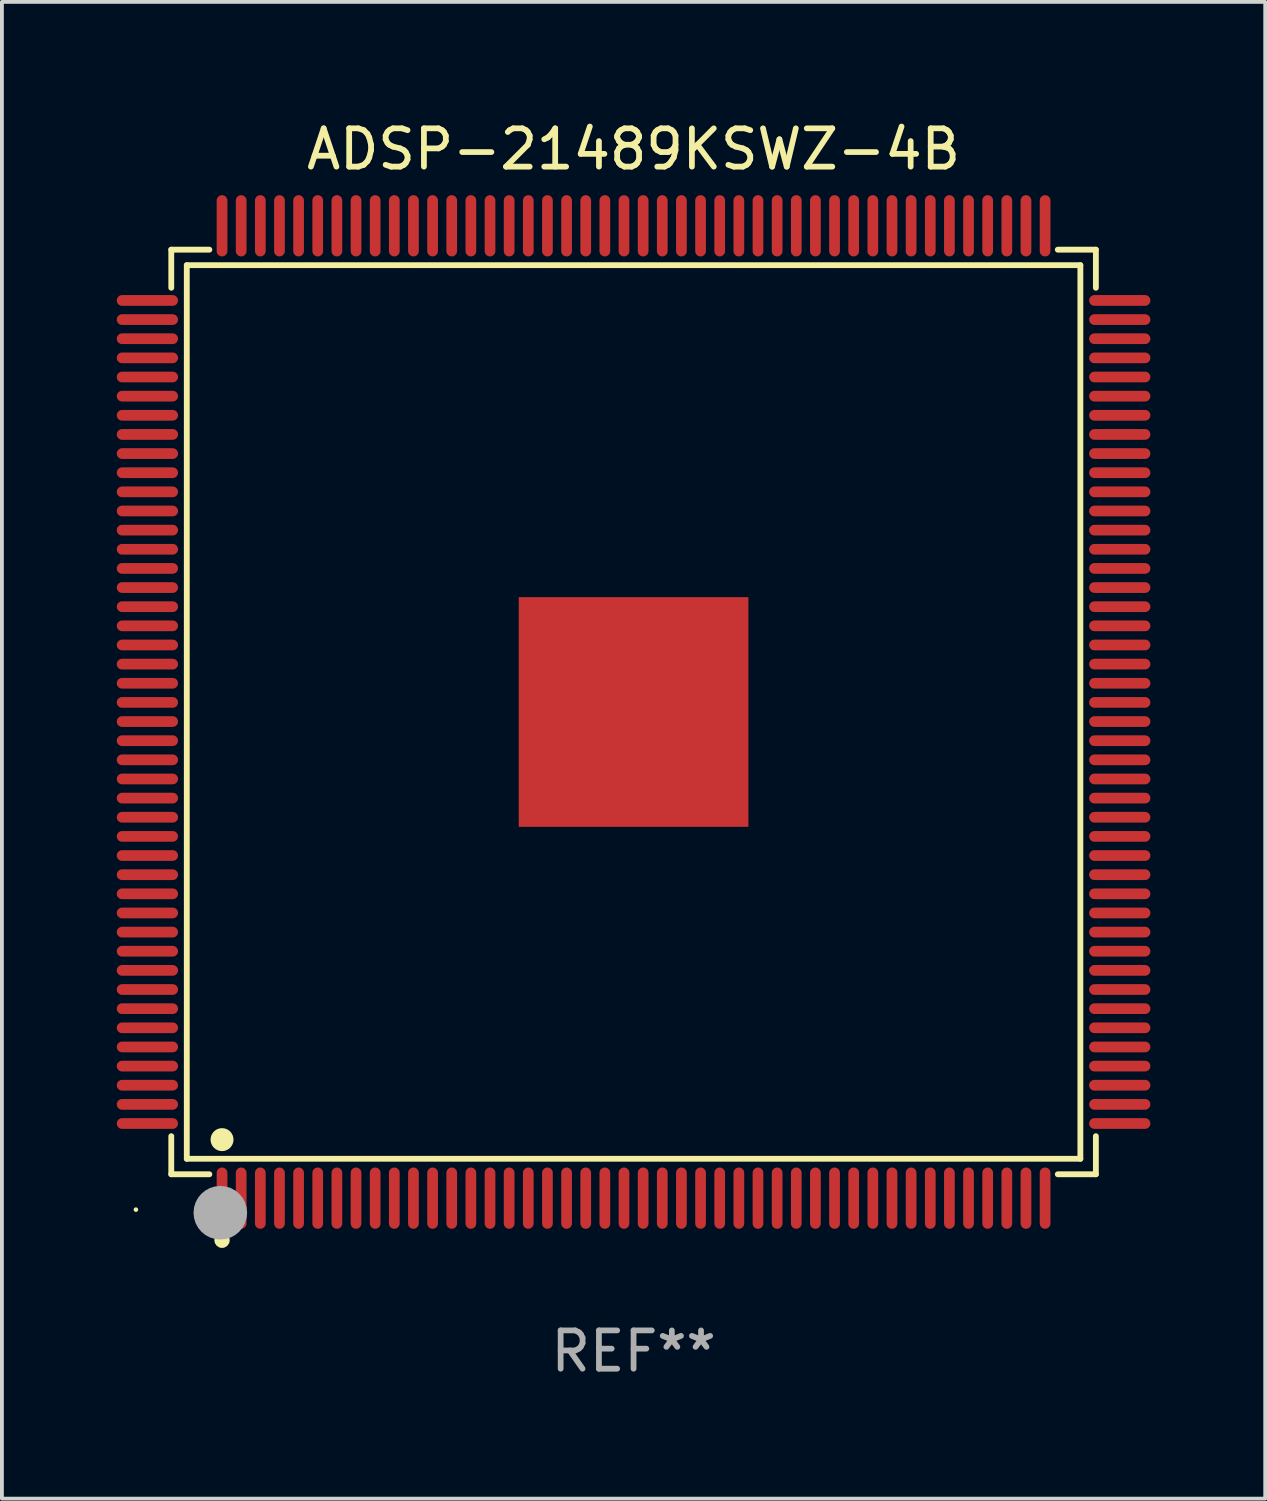
<source format=kicad_pcb>
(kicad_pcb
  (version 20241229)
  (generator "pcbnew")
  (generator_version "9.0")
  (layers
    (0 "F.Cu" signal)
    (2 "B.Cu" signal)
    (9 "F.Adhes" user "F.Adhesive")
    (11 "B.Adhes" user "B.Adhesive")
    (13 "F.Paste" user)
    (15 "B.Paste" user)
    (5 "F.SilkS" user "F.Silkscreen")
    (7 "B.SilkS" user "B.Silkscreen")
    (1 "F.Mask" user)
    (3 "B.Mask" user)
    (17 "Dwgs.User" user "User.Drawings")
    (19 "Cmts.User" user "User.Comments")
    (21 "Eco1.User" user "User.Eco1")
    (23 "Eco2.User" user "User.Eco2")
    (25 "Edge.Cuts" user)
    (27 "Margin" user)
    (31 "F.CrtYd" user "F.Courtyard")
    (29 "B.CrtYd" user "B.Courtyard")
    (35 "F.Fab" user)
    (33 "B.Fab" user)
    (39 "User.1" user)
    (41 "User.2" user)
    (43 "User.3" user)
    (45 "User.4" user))
  (footprint "ADSP-21489KSWZ-4B"
    (layer "F.Cu")
    (at 13.5 15.548)
    (property "Reference" "ADSP-21489KSWZ-4B" (at 0 -14.7 0) (layer "F.SilkS") (effects (font (size 1 1) (thickness 0.15))))
    (attr through_hole)
    (fp_line (start -12.076 -12.076) (end -11.081 -12.076) (stroke (width 0.152) (type solid)) (layer "F.SilkS"))
    (fp_line (start -12.076 -11.081) (end -12.076 -12.076) (stroke (width 0.152) (type solid)) (layer "F.SilkS"))
    (fp_line (start -12.076 11.081) (end -12.076 12.076) (stroke (width 0.152) (type solid)) (layer "F.SilkS"))
    (fp_line (start -12.076 12.076) (end -11.081 12.076) (stroke (width 0.152) (type solid)) (layer "F.SilkS"))
    (fp_line (start -11.671 -11.671) (end 11.671 -11.671) (stroke (width 0.152) (type solid)) (layer "F.SilkS"))
    (fp_line (start -11.671 11.671) (end -11.671 -11.671) (stroke (width 0.152) (type solid)) (layer "F.SilkS"))
    (fp_line (start 11.671 -11.671) (end 11.671 11.671) (stroke (width 0.152) (type solid)) (layer "F.SilkS"))
    (fp_line (start 11.671 11.671) (end -11.671 11.671) (stroke (width 0.152) (type solid)) (layer "F.SilkS"))
    (fp_line (start 12.076 -12.076) (end 11.081 -12.076) (stroke (width 0.152) (type solid)) (layer "F.SilkS"))
    (fp_line (start 12.076 -11.081) (end 12.076 -12.076) (stroke (width 0.152) (type solid)) (layer "F.SilkS"))
    (fp_line (start 12.076 11.081) (end 12.076 12.076) (stroke (width 0.152) (type solid)) (layer "F.SilkS"))
    (fp_line (start 12.076 12.076) (end 11.081 12.076) (stroke (width 0.152) (type solid)) (layer "F.SilkS"))
    (fp_circle (center -13 13) (end -12.97 13) (stroke (width 0.06) (type solid)) (fill no) (layer "F.SilkS"))
    (fp_circle (center -10.75 11.171) (end -10.6 11.171) (stroke (width 0.3) (type solid)) (fill no) (layer "F.SilkS"))
    (fp_circle (center -10.75 13.8) (end -10.65 13.8) (stroke (width 0.2) (type solid)) (fill no) (layer "F.SilkS"))
    (fp_circle (center -10.795 13.081) (end -10.445 13.081) (stroke (width 0.7) (type solid)) (fill no) (layer "F.Fab"))
    (fp_text user "REF**" (at 0 16.7 0) (layer "F.Fab") (effects (font (size 1 1) (thickness 0.15))))
    (pad "1" smd oval (at -10.75 12.7) (size 0.28 1.6) (layers "F.Cu" "F.Mask" "F.Paste"))
    (pad "2" smd oval (at -10.25 12.7) (size 0.28 1.6) (layers "F.Cu" "F.Mask" "F.Paste"))
    (pad "3" smd oval (at -9.75 12.7) (size 0.28 1.6) (layers "F.Cu" "F.Mask" "F.Paste"))
    (pad "4" smd oval (at -9.25 12.7) (size 0.28 1.6) (layers "F.Cu" "F.Mask" "F.Paste"))
    (pad "5" smd oval (at -8.75 12.7) (size 0.28 1.6) (layers "F.Cu" "F.Mask" "F.Paste"))
    (pad "6" smd oval (at -8.25 12.7) (size 0.28 1.6) (layers "F.Cu" "F.Mask" "F.Paste"))
    (pad "7" smd oval (at -7.75 12.7) (size 0.28 1.6) (layers "F.Cu" "F.Mask" "F.Paste"))
    (pad "8" smd oval (at -7.25 12.7) (size 0.28 1.6) (layers "F.Cu" "F.Mask" "F.Paste"))
    (pad "9" smd oval (at -6.75 12.7) (size 0.28 1.6) (layers "F.Cu" "F.Mask" "F.Paste"))
    (pad "10" smd oval (at -6.25 12.7) (size 0.28 1.6) (layers "F.Cu" "F.Mask" "F.Paste"))
    (pad "11" smd oval (at -5.75 12.7) (size 0.28 1.6) (layers "F.Cu" "F.Mask" "F.Paste"))
    (pad "12" smd oval (at -5.25 12.7) (size 0.28 1.6) (layers "F.Cu" "F.Mask" "F.Paste"))
    (pad "13" smd oval (at -4.75 12.7) (size 0.28 1.6) (layers "F.Cu" "F.Mask" "F.Paste"))
    (pad "14" smd oval (at -4.25 12.7) (size 0.28 1.6) (layers "F.Cu" "F.Mask" "F.Paste"))
    (pad "15" smd oval (at -3.75 12.7) (size 0.28 1.6) (layers "F.Cu" "F.Mask" "F.Paste"))
    (pad "16" smd oval (at -3.25 12.7) (size 0.28 1.6) (layers "F.Cu" "F.Mask" "F.Paste"))
    (pad "17" smd oval (at -2.75 12.7) (size 0.28 1.6) (layers "F.Cu" "F.Mask" "F.Paste"))
    (pad "18" smd oval (at -2.25 12.7) (size 0.28 1.6) (layers "F.Cu" "F.Mask" "F.Paste"))
    (pad "19" smd oval (at -1.75 12.7) (size 0.28 1.6) (layers "F.Cu" "F.Mask" "F.Paste"))
    (pad "20" smd oval (at -1.25 12.7) (size 0.28 1.6) (layers "F.Cu" "F.Mask" "F.Paste"))
    (pad "21" smd oval (at -0.75 12.7) (size 0.28 1.6) (layers "F.Cu" "F.Mask" "F.Paste"))
    (pad "22" smd oval (at -0.25 12.7) (size 0.28 1.6) (layers "F.Cu" "F.Mask" "F.Paste"))
    (pad "23" smd oval (at 0.25 12.7) (size 0.28 1.6) (layers "F.Cu" "F.Mask" "F.Paste"))
    (pad "24" smd oval (at 0.75 12.7) (size 0.28 1.6) (layers "F.Cu" "F.Mask" "F.Paste"))
    (pad "25" smd oval (at 1.25 12.7) (size 0.28 1.6) (layers "F.Cu" "F.Mask" "F.Paste"))
    (pad "26" smd oval (at 1.75 12.7) (size 0.28 1.6) (layers "F.Cu" "F.Mask" "F.Paste"))
    (pad "27" smd oval (at 2.25 12.7) (size 0.28 1.6) (layers "F.Cu" "F.Mask" "F.Paste"))
    (pad "28" smd oval (at 2.75 12.7) (size 0.28 1.6) (layers "F.Cu" "F.Mask" "F.Paste"))
    (pad "29" smd oval (at 3.25 12.7) (size 0.28 1.6) (layers "F.Cu" "F.Mask" "F.Paste"))
    (pad "30" smd oval (at 3.75 12.7) (size 0.28 1.6) (layers "F.Cu" "F.Mask" "F.Paste"))
    (pad "31" smd oval (at 4.25 12.7) (size 0.28 1.6) (layers "F.Cu" "F.Mask" "F.Paste"))
    (pad "32" smd oval (at 4.75 12.7) (size 0.28 1.6) (layers "F.Cu" "F.Mask" "F.Paste"))
    (pad "33" smd oval (at 5.25 12.7) (size 0.28 1.6) (layers "F.Cu" "F.Mask" "F.Paste"))
    (pad "34" smd oval (at 5.75 12.7) (size 0.28 1.6) (layers "F.Cu" "F.Mask" "F.Paste"))
    (pad "35" smd oval (at 6.25 12.7) (size 0.28 1.6) (layers "F.Cu" "F.Mask" "F.Paste"))
    (pad "36" smd oval (at 6.75 12.7) (size 0.28 1.6) (layers "F.Cu" "F.Mask" "F.Paste"))
    (pad "37" smd oval (at 7.25 12.7) (size 0.28 1.6) (layers "F.Cu" "F.Mask" "F.Paste"))
    (pad "38" smd oval (at 7.75 12.7) (size 0.28 1.6) (layers "F.Cu" "F.Mask" "F.Paste"))
    (pad "39" smd oval (at 8.25 12.7) (size 0.28 1.6) (layers "F.Cu" "F.Mask" "F.Paste"))
    (pad "40" smd oval (at 8.75 12.7) (size 0.28 1.6) (layers "F.Cu" "F.Mask" "F.Paste"))
    (pad "41" smd oval (at 9.25 12.7) (size 0.28 1.6) (layers "F.Cu" "F.Mask" "F.Paste"))
    (pad "42" smd oval (at 9.75 12.7) (size 0.28 1.6) (layers "F.Cu" "F.Mask" "F.Paste"))
    (pad "43" smd oval (at 10.25 12.7) (size 0.28 1.6) (layers "F.Cu" "F.Mask" "F.Paste"))
    (pad "44" smd oval (at 10.75 12.7) (size 0.28 1.6) (layers "F.Cu" "F.Mask" "F.Paste"))
    (pad "45" smd oval (at 12.7 10.75) (size 1.6 0.28) (layers "F.Cu" "F.Mask" "F.Paste"))
    (pad "46" smd oval (at 12.7 10.25) (size 1.6 0.28) (layers "F.Cu" "F.Mask" "F.Paste"))
    (pad "47" smd oval (at 12.7 9.75) (size 1.6 0.28) (layers "F.Cu" "F.Mask" "F.Paste"))
    (pad "48" smd oval (at 12.7 9.25) (size 1.6 0.28) (layers "F.Cu" "F.Mask" "F.Paste"))
    (pad "49" smd oval (at 12.7 8.75) (size 1.6 0.28) (layers "F.Cu" "F.Mask" "F.Paste"))
    (pad "50" smd oval (at 12.7 8.25) (size 1.6 0.28) (layers "F.Cu" "F.Mask" "F.Paste"))
    (pad "51" smd oval (at 12.7 7.75) (size 1.6 0.28) (layers "F.Cu" "F.Mask" "F.Paste"))
    (pad "52" smd oval (at 12.7 7.25) (size 1.6 0.28) (layers "F.Cu" "F.Mask" "F.Paste"))
    (pad "53" smd oval (at 12.7 6.75) (size 1.6 0.28) (layers "F.Cu" "F.Mask" "F.Paste"))
    (pad "54" smd oval (at 12.7 6.25) (size 1.6 0.28) (layers "F.Cu" "F.Mask" "F.Paste"))
    (pad "55" smd oval (at 12.7 5.75) (size 1.6 0.28) (layers "F.Cu" "F.Mask" "F.Paste"))
    (pad "56" smd oval (at 12.7 5.25) (size 1.6 0.28) (layers "F.Cu" "F.Mask" "F.Paste"))
    (pad "57" smd oval (at 12.7 4.75) (size 1.6 0.28) (layers "F.Cu" "F.Mask" "F.Paste"))
    (pad "58" smd oval (at 12.7 4.25) (size 1.6 0.28) (layers "F.Cu" "F.Mask" "F.Paste"))
    (pad "59" smd oval (at 12.7 3.75) (size 1.6 0.28) (layers "F.Cu" "F.Mask" "F.Paste"))
    (pad "60" smd oval (at 12.7 3.25) (size 1.6 0.28) (layers "F.Cu" "F.Mask" "F.Paste"))
    (pad "61" smd oval (at 12.7 2.75) (size 1.6 0.28) (layers "F.Cu" "F.Mask" "F.Paste"))
    (pad "62" smd oval (at 12.7 2.25) (size 1.6 0.28) (layers "F.Cu" "F.Mask" "F.Paste"))
    (pad "63" smd oval (at 12.7 1.75) (size 1.6 0.28) (layers "F.Cu" "F.Mask" "F.Paste"))
    (pad "64" smd oval (at 12.7 1.25) (size 1.6 0.28) (layers "F.Cu" "F.Mask" "F.Paste"))
    (pad "65" smd oval (at 12.7 0.75) (size 1.6 0.28) (layers "F.Cu" "F.Mask" "F.Paste"))
    (pad "66" smd oval (at 12.7 0.25) (size 1.6 0.28) (layers "F.Cu" "F.Mask" "F.Paste"))
    (pad "67" smd oval (at 12.7 -0.25) (size 1.6 0.28) (layers "F.Cu" "F.Mask" "F.Paste"))
    (pad "68" smd oval (at 12.7 -0.75) (size 1.6 0.28) (layers "F.Cu" "F.Mask" "F.Paste"))
    (pad "69" smd oval (at 12.7 -1.25) (size 1.6 0.28) (layers "F.Cu" "F.Mask" "F.Paste"))
    (pad "70" smd oval (at 12.7 -1.75) (size 1.6 0.28) (layers "F.Cu" "F.Mask" "F.Paste"))
    (pad "71" smd oval (at 12.7 -2.25) (size 1.6 0.28) (layers "F.Cu" "F.Mask" "F.Paste"))
    (pad "72" smd oval (at 12.7 -2.75) (size 1.6 0.28) (layers "F.Cu" "F.Mask" "F.Paste"))
    (pad "73" smd oval (at 12.7 -3.25) (size 1.6 0.28) (layers "F.Cu" "F.Mask" "F.Paste"))
    (pad "74" smd oval (at 12.7 -3.75) (size 1.6 0.28) (layers "F.Cu" "F.Mask" "F.Paste"))
    (pad "75" smd oval (at 12.7 -4.25) (size 1.6 0.28) (layers "F.Cu" "F.Mask" "F.Paste"))
    (pad "76" smd oval (at 12.7 -4.75) (size 1.6 0.28) (layers "F.Cu" "F.Mask" "F.Paste"))
    (pad "77" smd oval (at 12.7 -5.25) (size 1.6 0.28) (layers "F.Cu" "F.Mask" "F.Paste"))
    (pad "78" smd oval (at 12.7 -5.75) (size 1.6 0.28) (layers "F.Cu" "F.Mask" "F.Paste"))
    (pad "79" smd oval (at 12.7 -6.25) (size 1.6 0.28) (layers "F.Cu" "F.Mask" "F.Paste"))
    (pad "80" smd oval (at 12.7 -6.75) (size 1.6 0.28) (layers "F.Cu" "F.Mask" "F.Paste"))
    (pad "81" smd oval (at 12.7 -7.25) (size 1.6 0.28) (layers "F.Cu" "F.Mask" "F.Paste"))
    (pad "82" smd oval (at 12.7 -7.75) (size 1.6 0.28) (layers "F.Cu" "F.Mask" "F.Paste"))
    (pad "83" smd oval (at 12.7 -8.25) (size 1.6 0.28) (layers "F.Cu" "F.Mask" "F.Paste"))
    (pad "84" smd oval (at 12.7 -8.75) (size 1.6 0.28) (layers "F.Cu" "F.Mask" "F.Paste"))
    (pad "85" smd oval (at 12.7 -9.25) (size 1.6 0.28) (layers "F.Cu" "F.Mask" "F.Paste"))
    (pad "86" smd oval (at 12.7 -9.75) (size 1.6 0.28) (layers "F.Cu" "F.Mask" "F.Paste"))
    (pad "87" smd oval (at 12.7 -10.25) (size 1.6 0.28) (layers "F.Cu" "F.Mask" "F.Paste"))
    (pad "88" smd oval (at 12.7 -10.75) (size 1.6 0.28) (layers "F.Cu" "F.Mask" "F.Paste"))
    (pad "89" smd oval (at 10.75 -12.7) (size 0.28 1.6) (layers "F.Cu" "F.Mask" "F.Paste"))
    (pad "90" smd oval (at 10.25 -12.7) (size 0.28 1.6) (layers "F.Cu" "F.Mask" "F.Paste"))
    (pad "91" smd oval (at 9.75 -12.7) (size 0.28 1.6) (layers "F.Cu" "F.Mask" "F.Paste"))
    (pad "92" smd oval (at 9.25 -12.7) (size 0.28 1.6) (layers "F.Cu" "F.Mask" "F.Paste"))
    (pad "93" smd oval (at 8.75 -12.7) (size 0.28 1.6) (layers "F.Cu" "F.Mask" "F.Paste"))
    (pad "94" smd oval (at 8.25 -12.7) (size 0.28 1.6) (layers "F.Cu" "F.Mask" "F.Paste"))
    (pad "95" smd oval (at 7.75 -12.7) (size 0.28 1.6) (layers "F.Cu" "F.Mask" "F.Paste"))
    (pad "96" smd oval (at 7.25 -12.7) (size 0.28 1.6) (layers "F.Cu" "F.Mask" "F.Paste"))
    (pad "97" smd oval (at 6.75 -12.7) (size 0.28 1.6) (layers "F.Cu" "F.Mask" "F.Paste"))
    (pad "98" smd oval (at 6.25 -12.7) (size 0.28 1.6) (layers "F.Cu" "F.Mask" "F.Paste"))
    (pad "99" smd oval (at 5.75 -12.7) (size 0.28 1.6) (layers "F.Cu" "F.Mask" "F.Paste"))
    (pad "100" smd oval (at 5.25 -12.7) (size 0.28 1.6) (layers "F.Cu" "F.Mask" "F.Paste"))
    (pad "101" smd oval (at 4.75 -12.7) (size 0.28 1.6) (layers "F.Cu" "F.Mask" "F.Paste"))
    (pad "102" smd oval (at 4.25 -12.7) (size 0.28 1.6) (layers "F.Cu" "F.Mask" "F.Paste"))
    (pad "103" smd oval (at 3.75 -12.7) (size 0.28 1.6) (layers "F.Cu" "F.Mask" "F.Paste"))
    (pad "104" smd oval (at 3.25 -12.7) (size 0.28 1.6) (layers "F.Cu" "F.Mask" "F.Paste"))
    (pad "105" smd oval (at 2.75 -12.7) (size 0.28 1.6) (layers "F.Cu" "F.Mask" "F.Paste"))
    (pad "106" smd oval (at 2.25 -12.7) (size 0.28 1.6) (layers "F.Cu" "F.Mask" "F.Paste"))
    (pad "107" smd oval (at 1.75 -12.7) (size 0.28 1.6) (layers "F.Cu" "F.Mask" "F.Paste"))
    (pad "108" smd oval (at 1.25 -12.7) (size 0.28 1.6) (layers "F.Cu" "F.Mask" "F.Paste"))
    (pad "109" smd oval (at 0.75 -12.7) (size 0.28 1.6) (layers "F.Cu" "F.Mask" "F.Paste"))
    (pad "110" smd oval (at 0.25 -12.7) (size 0.28 1.6) (layers "F.Cu" "F.Mask" "F.Paste"))
    (pad "111" smd oval (at -0.25 -12.7) (size 0.28 1.6) (layers "F.Cu" "F.Mask" "F.Paste"))
    (pad "112" smd oval (at -0.75 -12.7) (size 0.28 1.6) (layers "F.Cu" "F.Mask" "F.Paste"))
    (pad "113" smd oval (at -1.25 -12.7) (size 0.28 1.6) (layers "F.Cu" "F.Mask" "F.Paste"))
    (pad "114" smd oval (at -1.75 -12.7) (size 0.28 1.6) (layers "F.Cu" "F.Mask" "F.Paste"))
    (pad "115" smd oval (at -2.25 -12.7) (size 0.28 1.6) (layers "F.Cu" "F.Mask" "F.Paste"))
    (pad "116" smd oval (at -2.75 -12.7) (size 0.28 1.6) (layers "F.Cu" "F.Mask" "F.Paste"))
    (pad "117" smd oval (at -3.25 -12.7) (size 0.28 1.6) (layers "F.Cu" "F.Mask" "F.Paste"))
    (pad "118" smd oval (at -3.75 -12.7) (size 0.28 1.6) (layers "F.Cu" "F.Mask" "F.Paste"))
    (pad "119" smd oval (at -4.25 -12.7) (size 0.28 1.6) (layers "F.Cu" "F.Mask" "F.Paste"))
    (pad "120" smd oval (at -4.75 -12.7) (size 0.28 1.6) (layers "F.Cu" "F.Mask" "F.Paste"))
    (pad "121" smd oval (at -5.25 -12.7) (size 0.28 1.6) (layers "F.Cu" "F.Mask" "F.Paste"))
    (pad "122" smd oval (at -5.75 -12.7) (size 0.28 1.6) (layers "F.Cu" "F.Mask" "F.Paste"))
    (pad "123" smd oval (at -6.25 -12.7) (size 0.28 1.6) (layers "F.Cu" "F.Mask" "F.Paste"))
    (pad "124" smd oval (at -6.75 -12.7) (size 0.28 1.6) (layers "F.Cu" "F.Mask" "F.Paste"))
    (pad "125" smd oval (at -7.25 -12.7) (size 0.28 1.6) (layers "F.Cu" "F.Mask" "F.Paste"))
    (pad "126" smd oval (at -7.75 -12.7) (size 0.28 1.6) (layers "F.Cu" "F.Mask" "F.Paste"))
    (pad "127" smd oval (at -8.25 -12.7) (size 0.28 1.6) (layers "F.Cu" "F.Mask" "F.Paste"))
    (pad "128" smd oval (at -8.75 -12.7) (size 0.28 1.6) (layers "F.Cu" "F.Mask" "F.Paste"))
    (pad "129" smd oval (at -9.25 -12.7) (size 0.28 1.6) (layers "F.Cu" "F.Mask" "F.Paste"))
    (pad "130" smd oval (at -9.75 -12.7) (size 0.28 1.6) (layers "F.Cu" "F.Mask" "F.Paste"))
    (pad "131" smd oval (at -10.25 -12.7) (size 0.28 1.6) (layers "F.Cu" "F.Mask" "F.Paste"))
    (pad "132" smd oval (at -10.75 -12.7) (size 0.28 1.6) (layers "F.Cu" "F.Mask" "F.Paste"))
    (pad "133" smd oval (at -12.7 -10.75) (size 1.6 0.28) (layers "F.Cu" "F.Mask" "F.Paste"))
    (pad "134" smd oval (at -12.7 -10.25) (size 1.6 0.28) (layers "F.Cu" "F.Mask" "F.Paste"))
    (pad "135" smd oval (at -12.7 -9.75) (size 1.6 0.28) (layers "F.Cu" "F.Mask" "F.Paste"))
    (pad "136" smd oval (at -12.7 -9.25) (size 1.6 0.28) (layers "F.Cu" "F.Mask" "F.Paste"))
    (pad "137" smd oval (at -12.7 -8.75) (size 1.6 0.28) (layers "F.Cu" "F.Mask" "F.Paste"))
    (pad "138" smd oval (at -12.7 -8.25) (size 1.6 0.28) (layers "F.Cu" "F.Mask" "F.Paste"))
    (pad "139" smd oval (at -12.7 -7.75) (size 1.6 0.28) (layers "F.Cu" "F.Mask" "F.Paste"))
    (pad "140" smd oval (at -12.7 -7.25) (size 1.6 0.28) (layers "F.Cu" "F.Mask" "F.Paste"))
    (pad "141" smd oval (at -12.7 -6.75) (size 1.6 0.28) (layers "F.Cu" "F.Mask" "F.Paste"))
    (pad "142" smd oval (at -12.7 -6.25) (size 1.6 0.28) (layers "F.Cu" "F.Mask" "F.Paste"))
    (pad "143" smd oval (at -12.7 -5.75) (size 1.6 0.28) (layers "F.Cu" "F.Mask" "F.Paste"))
    (pad "144" smd oval (at -12.7 -5.25) (size 1.6 0.28) (layers "F.Cu" "F.Mask" "F.Paste"))
    (pad "145" smd oval (at -12.7 -4.75) (size 1.6 0.28) (layers "F.Cu" "F.Mask" "F.Paste"))
    (pad "146" smd oval (at -12.7 -4.25) (size 1.6 0.28) (layers "F.Cu" "F.Mask" "F.Paste"))
    (pad "147" smd oval (at -12.7 -3.75) (size 1.6 0.28) (layers "F.Cu" "F.Mask" "F.Paste"))
    (pad "148" smd oval (at -12.7 -3.25) (size 1.6 0.28) (layers "F.Cu" "F.Mask" "F.Paste"))
    (pad "149" smd oval (at -12.7 -2.75) (size 1.6 0.28) (layers "F.Cu" "F.Mask" "F.Paste"))
    (pad "150" smd oval (at -12.7 -2.25) (size 1.6 0.28) (layers "F.Cu" "F.Mask" "F.Paste"))
    (pad "151" smd oval (at -12.7 -1.75) (size 1.6 0.28) (layers "F.Cu" "F.Mask" "F.Paste"))
    (pad "152" smd oval (at -12.7 -1.25) (size 1.6 0.28) (layers "F.Cu" "F.Mask" "F.Paste"))
    (pad "153" smd oval (at -12.7 -0.75) (size 1.6 0.28) (layers "F.Cu" "F.Mask" "F.Paste"))
    (pad "154" smd oval (at -12.7 -0.25) (size 1.6 0.28) (layers "F.Cu" "F.Mask" "F.Paste"))
    (pad "155" smd oval (at -12.7 0.25) (size 1.6 0.28) (layers "F.Cu" "F.Mask" "F.Paste"))
    (pad "156" smd oval (at -12.7 0.75) (size 1.6 0.28) (layers "F.Cu" "F.Mask" "F.Paste"))
    (pad "157" smd oval (at -12.7 1.25) (size 1.6 0.28) (layers "F.Cu" "F.Mask" "F.Paste"))
    (pad "158" smd oval (at -12.7 1.75) (size 1.6 0.28) (layers "F.Cu" "F.Mask" "F.Paste"))
    (pad "159" smd oval (at -12.7 2.25) (size 1.6 0.28) (layers "F.Cu" "F.Mask" "F.Paste"))
    (pad "160" smd oval (at -12.7 2.75) (size 1.6 0.28) (layers "F.Cu" "F.Mask" "F.Paste"))
    (pad "161" smd oval (at -12.7 3.25) (size 1.6 0.28) (layers "F.Cu" "F.Mask" "F.Paste"))
    (pad "162" smd oval (at -12.7 3.75) (size 1.6 0.28) (layers "F.Cu" "F.Mask" "F.Paste"))
    (pad "163" smd oval (at -12.7 4.25) (size 1.6 0.28) (layers "F.Cu" "F.Mask" "F.Paste"))
    (pad "164" smd oval (at -12.7 4.75) (size 1.6 0.28) (layers "F.Cu" "F.Mask" "F.Paste"))
    (pad "165" smd oval (at -12.7 5.25) (size 1.6 0.28) (layers "F.Cu" "F.Mask" "F.Paste"))
    (pad "166" smd oval (at -12.7 5.75) (size 1.6 0.28) (layers "F.Cu" "F.Mask" "F.Paste"))
    (pad "167" smd oval (at -12.7 6.25) (size 1.6 0.28) (layers "F.Cu" "F.Mask" "F.Paste"))
    (pad "168" smd oval (at -12.7 6.75) (size 1.6 0.28) (layers "F.Cu" "F.Mask" "F.Paste"))
    (pad "169" smd oval (at -12.7 7.25) (size 1.6 0.28) (layers "F.Cu" "F.Mask" "F.Paste"))
    (pad "170" smd oval (at -12.7 7.75) (size 1.6 0.28) (layers "F.Cu" "F.Mask" "F.Paste"))
    (pad "171" smd oval (at -12.7 8.25) (size 1.6 0.28) (layers "F.Cu" "F.Mask" "F.Paste"))
    (pad "172" smd oval (at -12.7 8.75) (size 1.6 0.28) (layers "F.Cu" "F.Mask" "F.Paste"))
    (pad "173" smd oval (at -12.7 9.25) (size 1.6 0.28) (layers "F.Cu" "F.Mask" "F.Paste"))
    (pad "174" smd oval (at -12.7 9.75) (size 1.6 0.28) (layers "F.Cu" "F.Mask" "F.Paste"))
    (pad "175" smd oval (at -12.7 10.25) (size 1.6 0.28) (layers "F.Cu" "F.Mask" "F.Paste"))
    (pad "176" smd oval (at -12.7 10.75) (size 1.6 0.28) (layers "F.Cu" "F.Mask" "F.Paste"))
    (pad "177" smd rect (at 0 0) (size 6 6) (layers "F.Cu" "F.Mask" "F.Paste")))
  (gr_rect
    (start -3 -3)
    (end 30 36.097)
    (stroke (width 0.1) (type default))
    (fill no)
    (layer "Edge.Cuts")))
</source>
